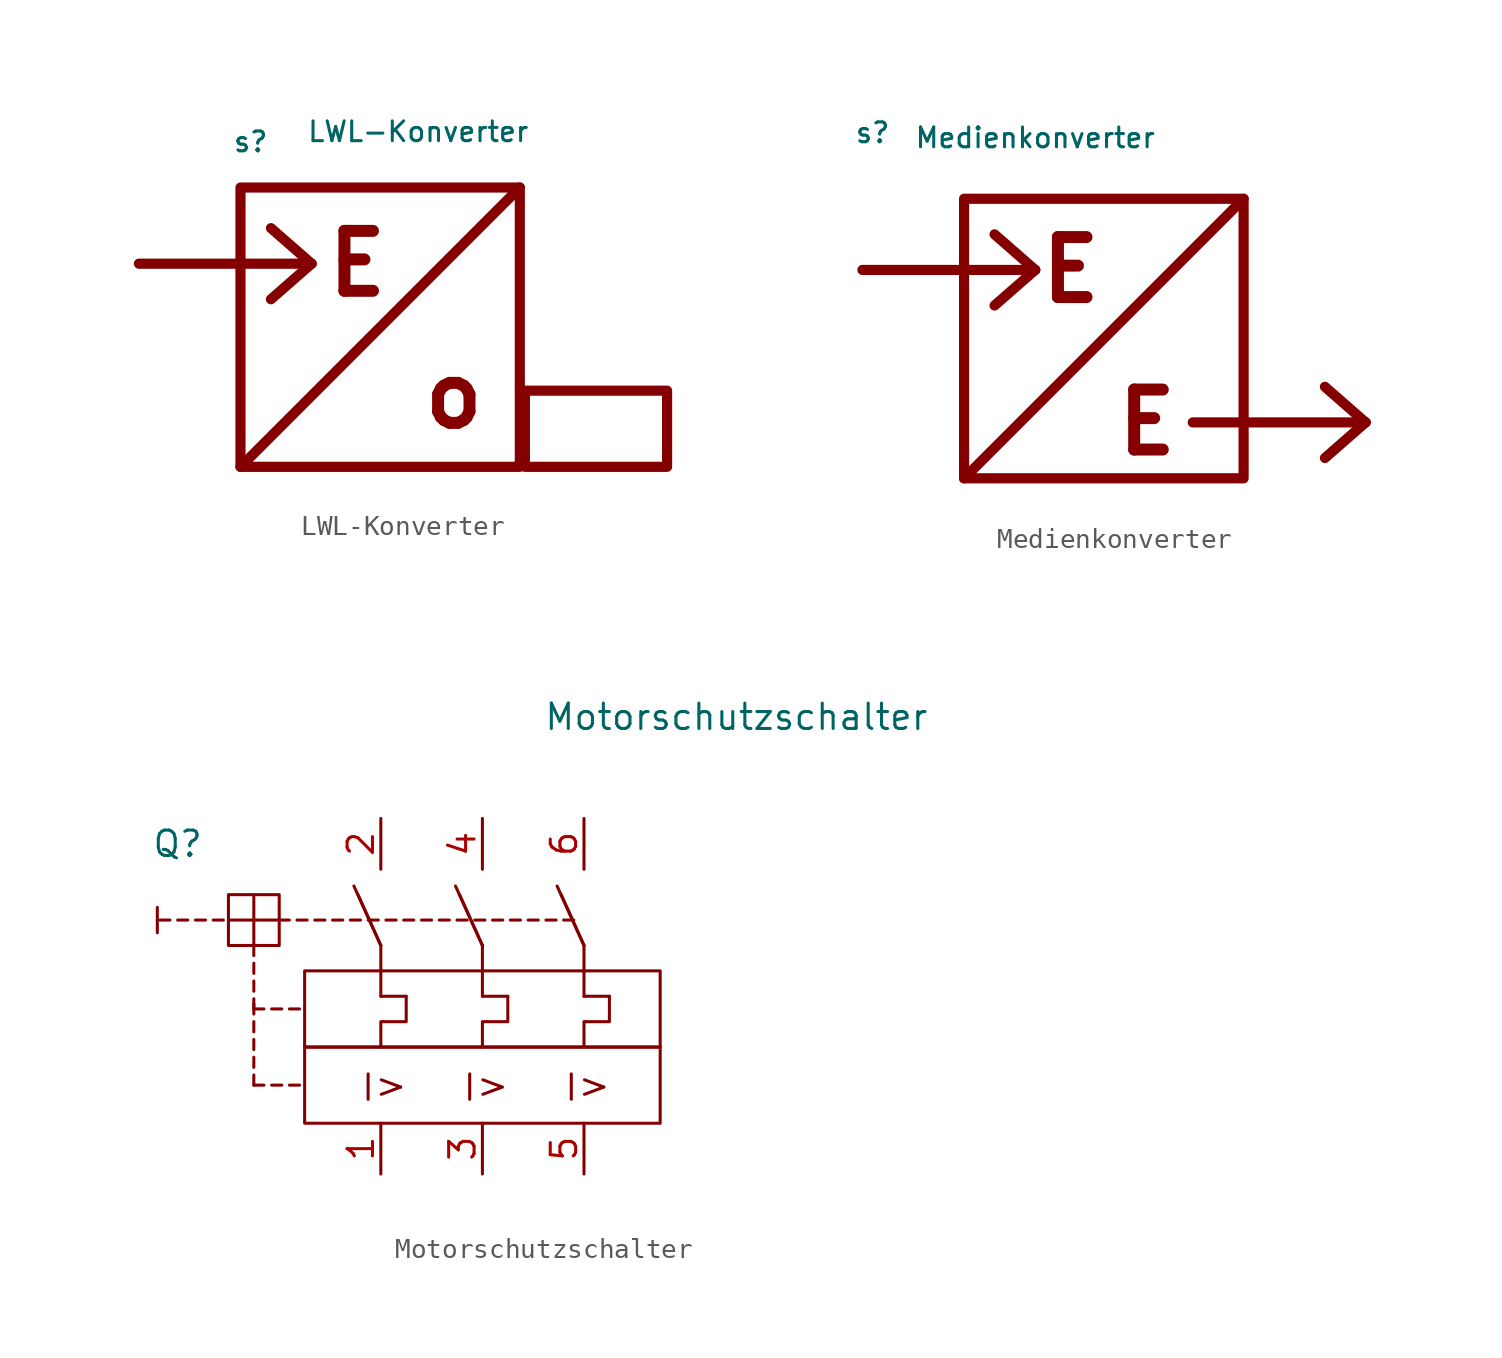
<source format=kicad_sym>
(kicad_symbol_lib
  (version 20231120)
  (generator "kicad_symbol_editor")
  (generator_version "8.0")
  (symbol "LWL-Konverter"
    (pin_names
      (offset 1.016))
    (property "Reference" "s"
      (at 0.508 2.286 0)
      (effects (font (size 0.991 0.991))))
    (property "Value" "LWL-Konverter"
      (at 8.89 2.794 0)
      (effects (font (size 0.991 0.991))))
    (symbol "LWL-Konverter_0_0"
      (polyline (pts (xy 1.524 -2.032) (xy 3.556 -3.81)) (stroke (width 0.508) (type solid)) (fill (type none)))
      (text "E" (at 5.842 -3.81 0) (effects (font (size 2.997 2.997) (bold yes)))))
    (symbol "LWL-Konverter_1_1"
      (polyline (pts (xy 0 -13.97) (xy 13.97 0)) (stroke (width 0.508) (type solid)) (fill (type none)))
      (polyline (pts (xy 1.524 -5.588) (xy 3.556 -3.81)) (stroke (width 0.508) (type solid)) (fill (type none)))
      (polyline (pts (xy 3.556 -3.81) (xy -5.08 -3.81)) (stroke (width 0.508) (type solid)) (fill (type none)))
      (rectangle (start 0 0) (end 13.97 -13.97) (stroke (width 0.508) (type solid)) (fill (type none)))
      (rectangle (start 14.224 -10.16) (end 21.336 -13.97) (stroke (width 0.508) (type solid)) (fill (type none)))
      (text "o" (at 10.668 -10.414 0) (effects (font (size 2.997 2.997) (bold yes))))))
  (symbol "Medienkonverter"
    (pin_names
      (offset 1.016))
    (property "Reference" "s"
      (at -8.382 3.048 0)
      (effects (font (size 0.991 0.991))))
    (property "Value" "Medienkonverter"
      (at -0.254 2.794 0)
      (effects (font (size 0.991 0.991))))
    (symbol "Medienkonverter_1_1"
      (rectangle (start -3.81 -0.254) (end 10.16 -14.224) (stroke (width 0.508) (type solid)) (fill (type none)))
      (polyline (pts (xy -3.81 -14.224) (xy 10.16 -0.254)) (stroke (width 0.508) (type solid)) (fill (type none)))
      (polyline (pts (xy -2.286 -5.588) (xy -0.254 -3.81)) (stroke (width 0.508) (type solid)) (fill (type none)))
      (polyline (pts (xy -2.286 -2.032) (xy -0.254 -3.81)) (stroke (width 0.508) (type solid)) (fill (type none)))
      (polyline (pts (xy -0.254 -3.81) (xy -8.89 -3.81)) (stroke (width 0.508) (type solid)) (fill (type none)))
      (polyline (pts (xy 14.224 -13.208) (xy 16.256 -11.43)) (stroke (width 0.508) (type solid)) (fill (type none)))
      (polyline (pts (xy 14.224 -9.652) (xy 16.256 -11.43)) (stroke (width 0.508) (type solid)) (fill (type none)))
      (polyline (pts (xy 16.256 -11.43) (xy 7.62 -11.43)) (stroke (width 0.508) (type solid)) (fill (type none)))
      (text "E" (at 1.524 -3.81 0) (effects (font (size 2.997 2.997) (bold yes))))
      (text "E" (at 5.334 -11.43 0) (effects (font (size 2.997 2.997) (bold yes))))))
  (symbol "Motorschutzschalter"
    (pin_names
      (offset 1.016))
    (property "Reference" "Q"
      (at -11.43 -2.54 0)
      (effects (font (size 1.27 1.27))))
    (property "Value" "Motorschutzschalter"
      (at 16.51 3.81 0)
      (effects (font (size 1.27 1.27))))
    (symbol "Motorschutzschalter_0_0"
      (rectangle (start -5.08 -12.7) (end 12.7 -16.51) (stroke (width 0) (type solid)) (fill (type none)))
      (rectangle (start -5.08 -8.89) (end 12.7 -12.7) (stroke (width 0) (type solid)) (fill (type none)))
      (polyline (pts (xy -12.446 -5.715) (xy -12.446 -6.985)) (stroke (width 0) (type solid)) (fill (type none)))
      (polyline (pts (xy -8.89 -6.35) (xy -6.35 -6.35)) (stroke (width 0) (type solid)) (fill (type none)))
      (polyline (pts (xy -7.62 -5.08) (xy -7.62 -7.62) (xy -7.62 -6.35)) (stroke (width 0) (type solid)) (fill (type none))))
    (symbol "Motorschutzschalter_0_1"
      (rectangle (start -8.89 -5.08) (end -6.35 -7.62) (stroke (width 0) (type solid)) (fill (type none)))
      (polyline (pts (xy -1.27 -10.16) (xy 0 -10.16)) (stroke (width 0) (type solid)) (fill (type none)))
      (polyline (pts (xy -1.27 -7.62) (xy -1.27 -10.16)) (stroke (width 0) (type solid)) (fill (type none)))
      (polyline (pts (xy 0 -10.16) (xy 0 -11.43) (xy -1.27 -11.43) (xy -1.27 -12.7)) (stroke (width 0) (type solid)) (fill (type none))))
    (symbol "Motorschutzschalter_1_0"
      (text ">" (at -0.762 -14.605 0) (effects (font (size 1.27 1.27))))
      (text ">" (at 4.318 -14.605 0) (effects (font (size 1.27 1.27))))
      (text ">" (at 9.398 -14.605 0) (effects (font (size 1.27 1.27))))
      (text "I" (at -1.905 -14.732 0) (effects (font (size 1.27 1.27))))
      (text "I" (at 3.175 -14.732 0) (effects (font (size 1.27 1.27))))
      (text "I" (at 8.255 -14.732 0) (effects (font (size 1.27 1.27)))))
    (symbol "Motorschutzschalter_1_1"
      (rectangle (start -11.811 -6.35) (end -12.319 -6.35) (stroke (width 0) (type solid)) (fill (type none)))
      (rectangle (start -10.922 -6.35) (end -11.43 -6.35) (stroke (width 0) (type solid)) (fill (type none)))
      (rectangle (start -10.033 -6.35) (end -10.541 -6.35) (stroke (width 0) (type solid)) (fill (type none)))
      (rectangle (start -9.144 -6.35) (end -9.652 -6.35) (stroke (width 0) (type solid)) (fill (type none)))
      (rectangle (start -7.62 -14.097) (end -7.62 -14.605) (stroke (width 0) (type solid)) (fill (type none)))
      (rectangle (start -7.62 -13.208) (end -7.62 -13.716) (stroke (width 0) (type solid)) (fill (type none)))
      (rectangle (start -7.62 -12.319) (end -7.62 -12.827) (stroke (width 0) (type solid)) (fill (type none)))
      (rectangle (start -7.62 -11.43) (end -7.62 -11.938) (stroke (width 0) (type solid)) (fill (type none)))
      (rectangle (start -7.62 -10.541) (end -7.62 -11.049) (stroke (width 0) (type solid)) (fill (type none)))
      (rectangle (start -7.62 -10.287) (end -7.62 -10.795) (stroke (width 0) (type solid)) (fill (type none)))
      (rectangle (start -7.62 -9.398) (end -7.62 -9.906) (stroke (width 0) (type solid)) (fill (type none)))
      (rectangle (start -7.62 -8.509) (end -7.62 -9.017) (stroke (width 0) (type solid)) (fill (type none)))
      (rectangle (start -7.62 -7.62) (end -7.62 -8.128) (stroke (width 0) (type solid)) (fill (type none)))
      (rectangle (start -7.112 -14.605) (end -7.62 -14.605) (stroke (width 0) (type solid)) (fill (type none)))
      (rectangle (start -7.112 -10.795) (end -7.62 -10.795) (stroke (width 0) (type solid)) (fill (type none)))
      (rectangle (start -6.223 -14.605) (end -6.731 -14.605) (stroke (width 0) (type solid)) (fill (type none)))
      (rectangle (start -6.223 -10.795) (end -6.731 -10.795) (stroke (width 0) (type solid)) (fill (type none)))
      (rectangle (start -5.842 -6.35) (end -6.35 -6.35) (stroke (width 0) (type solid)) (fill (type none)))
      (rectangle (start -5.334 -14.605) (end -5.842 -14.605) (stroke (width 0) (type solid)) (fill (type none)))
      (rectangle (start -5.334 -10.795) (end -5.842 -10.795) (stroke (width 0) (type solid)) (fill (type none)))
      (rectangle (start -4.953 -6.35) (end -5.461 -6.35) (stroke (width 0) (type solid)) (fill (type none)))
      (rectangle (start -4.064 -6.35) (end -4.572 -6.35) (stroke (width 0) (type solid)) (fill (type none)))
      (rectangle (start -3.175 -6.35) (end -3.683 -6.35) (stroke (width 0) (type solid)) (fill (type none)))
      (rectangle (start -2.286 -6.35) (end -2.794 -6.35) (stroke (width 0) (type solid)) (fill (type none)))
      (rectangle (start -1.397 -6.35) (end -1.905 -6.35) (stroke (width 0) (type solid)) (fill (type none)))
      (rectangle (start -0.508 -6.35) (end -1.016 -6.35) (stroke (width 0) (type solid)) (fill (type none)))
      (polyline (pts (xy -1.27 -7.62) (xy -2.616 -4.648)) (stroke (width 0) (type solid)) (fill (type none)))
      (polyline (pts (xy -1.27 -7.62) (xy -2.413 -5.08)) (stroke (width 0) (type solid)) (fill (type none)))
      (polyline (pts (xy 3.81 -10.16) (xy 5.08 -10.16)) (stroke (width 0) (type solid)) (fill (type none)))
      (polyline (pts (xy 3.81 -7.62) (xy 2.464 -4.648)) (stroke (width 0) (type solid)) (fill (type none)))
      (polyline (pts (xy 3.81 -7.62) (xy 2.667 -5.08)) (stroke (width 0) (type solid)) (fill (type none)))
      (polyline (pts (xy 3.81 -7.62) (xy 3.81 -10.16)) (stroke (width 0) (type solid)) (fill (type none)))
      (polyline (pts (xy 8.89 -10.16) (xy 10.16 -10.16)) (stroke (width 0) (type solid)) (fill (type none)))
      (polyline (pts (xy 8.89 -7.62) (xy 7.544 -4.648)) (stroke (width 0) (type solid)) (fill (type none)))
      (polyline (pts (xy 8.89 -7.62) (xy 7.747 -5.08)) (stroke (width 0) (type solid)) (fill (type none)))
      (polyline (pts (xy 8.89 -7.62) (xy 8.89 -10.16)) (stroke (width 0) (type solid)) (fill (type none)))
      (polyline (pts (xy 5.08 -10.16) (xy 5.08 -11.43) (xy 3.81 -11.43) (xy 3.81 -12.7)) (stroke (width 0) (type solid)) (fill (type none)))
      (polyline (pts (xy 10.16 -10.16) (xy 10.16 -11.43) (xy 8.89 -11.43) (xy 8.89 -12.7)) (stroke (width 0) (type solid)) (fill (type none)))
      (rectangle (start 0.381 -6.35) (end -0.127 -6.35) (stroke (width 0) (type solid)) (fill (type none)))
      (rectangle (start 1.27 -6.35) (end 0.762 -6.35) (stroke (width 0) (type solid)) (fill (type none)))
      (rectangle (start 2.159 -6.35) (end 1.651 -6.35) (stroke (width 0) (type solid)) (fill (type none)))
      (rectangle (start 3.048 -6.35) (end 2.54 -6.35) (stroke (width 0) (type solid)) (fill (type none)))
      (rectangle (start 3.937 -6.35) (end 3.429 -6.35) (stroke (width 0) (type solid)) (fill (type none)))
      (rectangle (start 4.826 -6.35) (end 4.318 -6.35) (stroke (width 0) (type solid)) (fill (type none)))
      (rectangle (start 5.715 -6.35) (end 5.207 -6.35) (stroke (width 0) (type solid)) (fill (type none)))
      (rectangle (start 6.604 -6.35) (end 6.096 -6.35) (stroke (width 0) (type solid)) (fill (type none)))
      (rectangle (start 7.493 -6.35) (end 6.985 -6.35) (stroke (width 0) (type solid)) (fill (type none)))
      (rectangle (start 8.382 -6.35) (end 7.874 -6.35) (stroke (width 0) (type solid)) (fill (type none)))
      (pin output line (at -1.27 -19.05 90) (length 2.54) (name "~" (effects (font (size 1.27 1.27)))) (number "1" (effects (font (size 1.27 1.27)))))
      (pin input line (at -1.27 -1.27 270) (length 2.54) (name "~" (effects (font (size 1.27 1.27)))) (number "2" (effects (font (size 1.27 1.27)))))
      (pin output line (at 3.81 -19.05 90) (length 2.54) (name "~" (effects (font (size 1.27 1.27)))) (number "3" (effects (font (size 1.27 1.27)))))
      (pin input line (at 3.81 -1.27 270) (length 2.54) (name "~" (effects (font (size 1.27 1.27)))) (number "4" (effects (font (size 1.27 1.27)))))
      (pin output line (at 8.89 -19.05 90) (length 2.54) (name "~" (effects (font (size 1.27 1.27)))) (number "5" (effects (font (size 1.27 1.27)))))
      (pin input line (at 8.89 -1.27 270) (length 2.54) (name "~" (effects (font (size 1.27 1.27)))) (number "6" (effects (font (size 1.27 1.27))))))))
</source>
